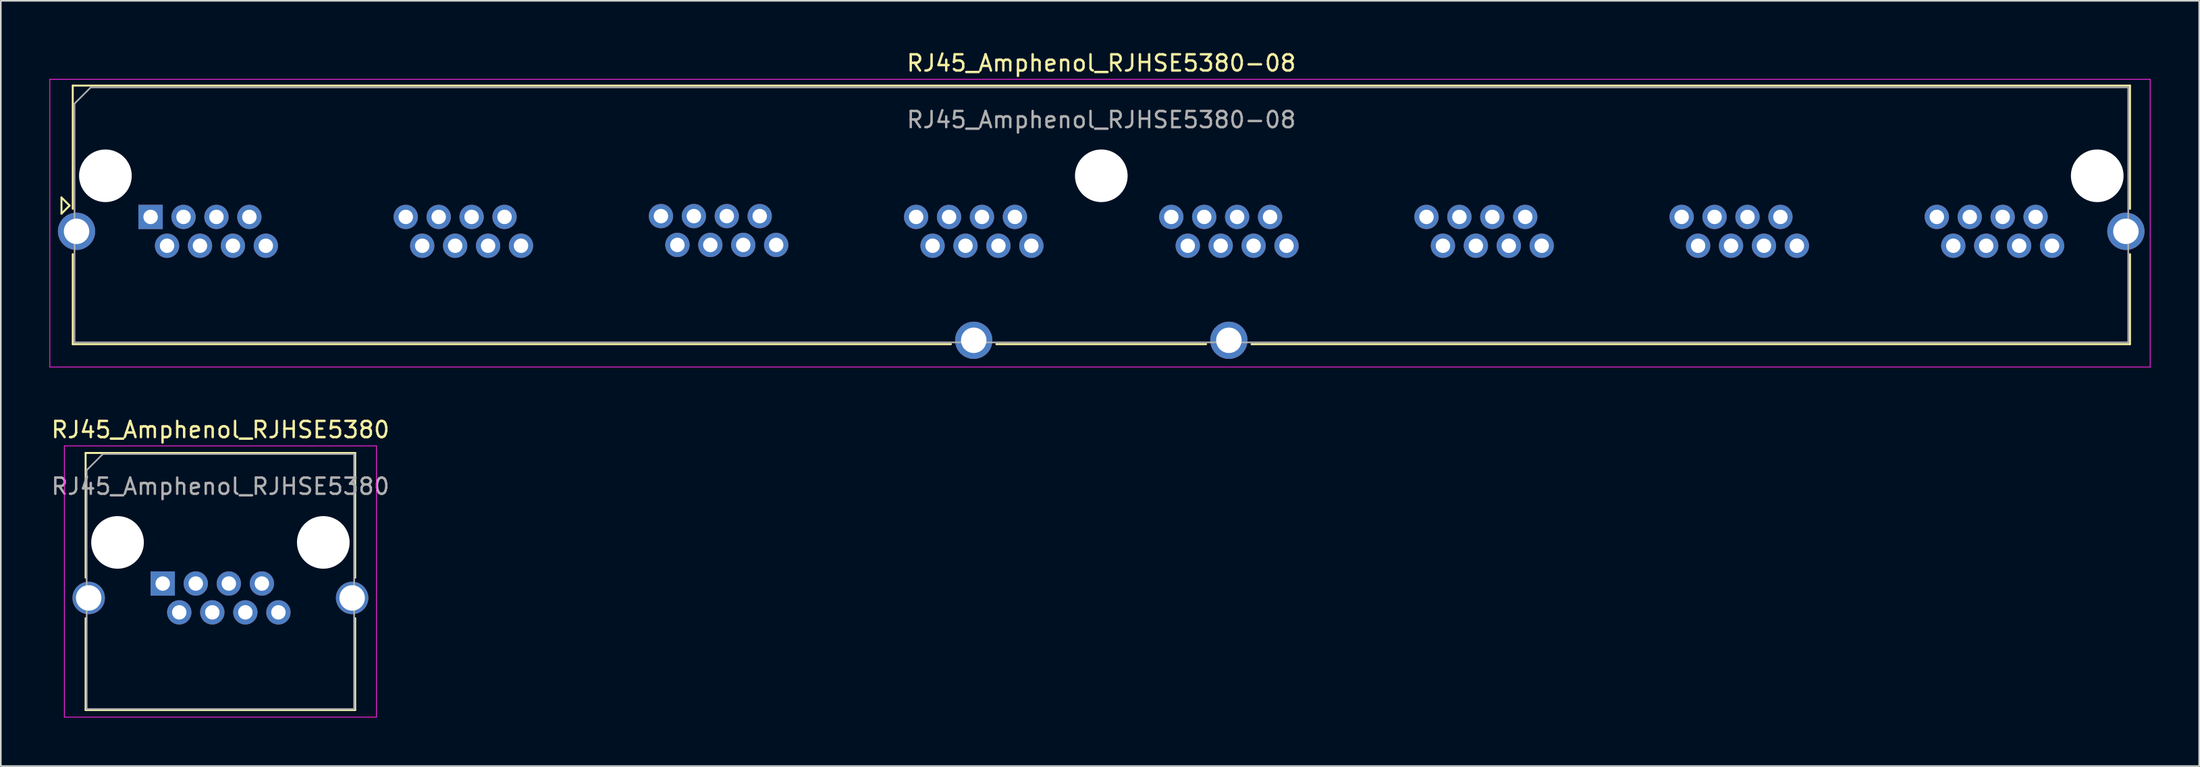
<source format=kicad_pcb>
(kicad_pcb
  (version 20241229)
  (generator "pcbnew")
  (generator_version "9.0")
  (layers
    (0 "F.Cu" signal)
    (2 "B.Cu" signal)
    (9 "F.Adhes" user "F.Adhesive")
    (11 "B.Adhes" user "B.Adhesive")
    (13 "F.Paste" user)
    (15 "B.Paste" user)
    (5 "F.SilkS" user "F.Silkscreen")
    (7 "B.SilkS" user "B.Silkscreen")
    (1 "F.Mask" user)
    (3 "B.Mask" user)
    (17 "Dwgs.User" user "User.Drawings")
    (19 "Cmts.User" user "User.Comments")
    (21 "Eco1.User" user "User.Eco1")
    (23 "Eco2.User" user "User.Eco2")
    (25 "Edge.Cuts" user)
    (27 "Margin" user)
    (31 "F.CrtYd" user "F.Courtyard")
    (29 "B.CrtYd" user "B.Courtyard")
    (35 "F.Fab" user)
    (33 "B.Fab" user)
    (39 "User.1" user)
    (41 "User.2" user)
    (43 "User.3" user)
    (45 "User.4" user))
  (footprint "RJ45_Amphenol_RJHSE5380"
    (layer "F.Cu")
    (at 6.994 32.992)
    (property "Reference" "RJ45_Amphenol_RJHSE5380" (at 3.56 -9.5 0) (layer "F.SilkS") (effects (font (size 1 1) (thickness 0.15))))
    (attr through_hole)
    (fp_line (start -4.76 -8.065) (end -4.76 -0.36) (stroke (width 0.12) (type solid)) (layer "F.SilkS"))
    (fp_line (start -4.76 -8.065) (end 11.88 -8.065) (stroke (width 0.12) (type solid)) (layer "F.SilkS"))
    (fp_line (start -4.76 7.815) (end -4.76 2.14) (stroke (width 0.12) (type solid)) (layer "F.SilkS"))
    (fp_line (start -4.76 7.815) (end 11.88 7.815) (stroke (width 0.12) (type solid)) (layer "F.SilkS"))
    (fp_line (start 11.88 -8.065) (end 11.88 -0.36) (stroke (width 0.12) (type solid)) (layer "F.SilkS"))
    (fp_line (start 11.88 7.815) (end 11.88 2.14) (stroke (width 0.12) (type solid)) (layer "F.SilkS"))
    (fp_line (start -6.07 -8.5) (end -6.07 8.25) (stroke (width 0.05) (type solid)) (layer "F.CrtYd"))
    (fp_line (start -6.07 -8.5) (end 13.19 -8.5) (stroke (width 0.05) (type solid)) (layer "F.CrtYd"))
    (fp_line (start -6.07 8.25) (end 13.19 8.25) (stroke (width 0.05) (type solid)) (layer "F.CrtYd"))
    (fp_line (start 13.19 -8.5) (end 13.19 8.25) (stroke (width 0.05) (type solid)) (layer "F.CrtYd"))
    (fp_line (start -4.695 -7) (end -4.695 7.75) (stroke (width 0.1) (type solid)) (layer "F.Fab"))
    (fp_line (start -4.695 -7) (end -3.695 -8) (stroke (width 0.1) (type solid)) (layer "F.Fab"))
    (fp_line (start -4.695 7.75) (end 11.815 7.75) (stroke (width 0.1) (type solid)) (layer "F.Fab"))
    (fp_line (start -3.695 -8) (end 11.815 -8) (stroke (width 0.1) (type solid)) (layer "F.Fab"))
    (fp_line (start 11.815 -8) (end 11.815 7.75) (stroke (width 0.1) (type solid)) (layer "F.Fab"))
    (fp_text user "${REFERENCE}" (at 3.56 -6 0) (layer "F.Fab") (effects (font (size 1 1) (thickness 0.15))))
    (pad "" np_thru_hole circle (at -2.79 -2.54) (size 3.25 3.25) (drill 3.25) (layers "*.Cu" "*.Mask"))
    (pad "" np_thru_hole circle (at 9.91 -2.54) (size 3.25 3.25) (drill 3.25) (layers "*.Cu" "*.Mask"))
    (pad "1" thru_hole rect (at 0 0) (size 1.5 1.5) (drill 0.89) (layers "*.Cu" "*.Mask"))
    (pad "2" thru_hole circle (at 2.04 0) (size 1.5 1.5) (drill 0.89) (layers "*.Cu" "*.Mask"))
    (pad "3" thru_hole circle (at 4.08 0) (size 1.5 1.5) (drill 0.89) (layers "*.Cu" "*.Mask"))
    (pad "4" thru_hole circle (at 6.12 0) (size 1.5 1.5) (drill 0.89) (layers "*.Cu" "*.Mask"))
    (pad "5" thru_hole circle (at 1.02 1.78) (size 1.5 1.5) (drill 0.89) (layers "*.Cu" "*.Mask"))
    (pad "6" thru_hole circle (at 3.06 1.78) (size 1.5 1.5) (drill 0.89) (layers "*.Cu" "*.Mask"))
    (pad "7" thru_hole circle (at 5.1 1.78) (size 1.5 1.5) (drill 0.89) (layers "*.Cu" "*.Mask"))
    (pad "8" thru_hole circle (at 7.14 1.78) (size 1.5 1.5) (drill 0.89) (layers "*.Cu" "*.Mask"))
    (pad "SH" thru_hole circle (at -4.57 0.89) (size 2 2) (drill 1.57) (layers "*.Cu" "*.Mask"))
    (pad "SH" thru_hole circle (at 11.69 0.89) (size 2 2) (drill 1.57) (layers "*.Cu" "*.Mask")))
  (footprint "RJ45_Amphenol_RJHSE5380-08"
    (layer "F.Cu")
    (at 6.245 10.348)
    (property "Reference" "RJ45_Amphenol_RJHSE5380-08" (at 58.68 -9.5 0) (layer "F.SilkS") (effects (font (size 1 1) (thickness 0.15))))
    (attr through_hole)
    (fp_line (start -5.5 -1.2) (end -5 -0.7) (stroke (width 0.12) (type solid)) (layer "F.SilkS"))
    (fp_line (start -5.5 -0.2) (end -5.5 -1.2) (stroke (width 0.12) (type solid)) (layer "F.SilkS"))
    (fp_line (start -5 -0.7) (end -5.5 -0.2) (stroke (width 0.12) (type solid)) (layer "F.SilkS"))
    (fp_line (start -4.805 -8.11) (end -4.805 -0.5) (stroke (width 0.12) (type solid)) (layer "F.SilkS"))
    (fp_line (start -4.805 -8.11) (end 122.174 -8.11) (stroke (width 0.12) (type solid)) (layer "F.SilkS"))
    (fp_line (start -4.805 7.86) (end -4.805 2.3) (stroke (width 0.12) (type solid)) (layer "F.SilkS"))
    (fp_line (start -4.805 7.86) (end 49.4 7.86) (stroke (width 0.12) (type solid)) (layer "F.SilkS"))
    (fp_line (start 52.2 7.86) (end 65.15 7.86) (stroke (width 0.12) (type solid)) (layer "F.SilkS"))
    (fp_line (start 67.95 7.86) (end 122.174 7.86) (stroke (width 0.12) (type solid)) (layer "F.SilkS"))
    (fp_line (start 122.174 -8.11) (end 122.174 -0.5) (stroke (width 0.12) (type solid)) (layer "F.SilkS"))
    (fp_line (start 122.174 7.86) (end 122.174 2.3) (stroke (width 0.12) (type solid)) (layer "F.SilkS"))
    (fp_line (start -6.22 -8.5) (end -6.22 9.27) (stroke (width 0.05) (type solid)) (layer "F.CrtYd"))
    (fp_line (start -6.22 -8.5) (end 123.42 -8.5) (stroke (width 0.05) (type solid)) (layer "F.CrtYd"))
    (fp_line (start -6.22 9.27) (end 123.42 9.27) (stroke (width 0.05) (type solid)) (layer "F.CrtYd"))
    (fp_line (start 123.42 -8.5) (end 123.42 9.27) (stroke (width 0.05) (type solid)) (layer "F.CrtYd"))
    (fp_line (start -4.695 -7) (end -4.695 7.75) (stroke (width 0.1) (type solid)) (layer "F.Fab"))
    (fp_line (start -4.695 -7) (end -3.695 -8) (stroke (width 0.1) (type solid)) (layer "F.Fab"))
    (fp_line (start -4.695 7.75) (end 122.064 7.75) (stroke (width 0.1) (type solid)) (layer "F.Fab"))
    (fp_line (start -3.695 -8) (end 122.064 -8) (stroke (width 0.1) (type solid)) (layer "F.Fab"))
    (fp_line (start 122.064 -8) (end 122.064 7.75) (stroke (width 0.1) (type solid)) (layer "F.Fab"))
    (fp_text user "${REFERENCE}" (at 58.68 -6 0) (layer "F.Fab") (effects (font (size 1 1) (thickness 0.15))))
    (pad "" np_thru_hole circle (at -2.79 -2.54) (size 3.25 3.25) (drill 3.25) (layers "*.Cu" "*.Mask"))
    (pad "" np_thru_hole circle (at 58.68 -2.54) (size 3.25 3.25) (drill 3.25) (layers "*.Cu" "*.Mask"))
    (pad "" np_thru_hole circle (at 120.15 -2.54) (size 3.25 3.25) (drill 3.25) (layers "*.Cu" "*.Mask"))
    (pad "1" thru_hole rect (at 0 0) (size 1.5 1.5) (drill 0.89) (layers "*.Cu" "*.Mask"))
    (pad "2" thru_hole circle (at 1.016 1.78) (size 1.5 1.5) (drill 0.89) (layers "*.Cu" "*.Mask"))
    (pad "3" thru_hole circle (at 2.032 0) (size 1.5 1.5) (drill 0.89) (layers "*.Cu" "*.Mask"))
    (pad "4" thru_hole circle (at 3.048 1.78) (size 1.5 1.5) (drill 0.89) (layers "*.Cu" "*.Mask"))
    (pad "5" thru_hole circle (at 4.064 0) (size 1.5 1.5) (drill 0.89) (layers "*.Cu" "*.Mask"))
    (pad "6" thru_hole circle (at 5.08 1.78) (size 1.5 1.5) (drill 0.89) (layers "*.Cu" "*.Mask"))
    (pad "7" thru_hole circle (at 6.096 0) (size 1.5 1.5) (drill 0.89) (layers "*.Cu" "*.Mask"))
    (pad "8" thru_hole circle (at 7.112 1.78) (size 1.5 1.5) (drill 0.89) (layers "*.Cu" "*.Mask"))
    (pad "9" thru_hole circle (at 15.75 0) (size 1.5 1.5) (drill 0.89) (layers "*.Cu" "*.Mask"))
    (pad "10" thru_hole circle (at 16.766 1.78) (size 1.5 1.5) (drill 0.89) (layers "*.Cu" "*.Mask"))
    (pad "11" thru_hole circle (at 17.782 0) (size 1.5 1.5) (drill 0.89) (layers "*.Cu" "*.Mask"))
    (pad "12" thru_hole circle (at 18.798 1.78) (size 1.5 1.5) (drill 0.89) (layers "*.Cu" "*.Mask"))
    (pad "13" thru_hole circle (at 19.814 0) (size 1.5 1.5) (drill 0.89) (layers "*.Cu" "*.Mask"))
    (pad "14" thru_hole circle (at 20.83 1.78) (size 1.5 1.5) (drill 0.89) (layers "*.Cu" "*.Mask"))
    (pad "15" thru_hole circle (at 21.846 0) (size 1.5 1.5) (drill 0.89) (layers "*.Cu" "*.Mask"))
    (pad "16" thru_hole circle (at 22.862 1.78) (size 1.5 1.5) (drill 0.89) (layers "*.Cu" "*.Mask"))
    (pad "17" thru_hole circle (at 31.5 -0.05) (size 1.5 1.5) (drill 0.89) (layers "*.Cu" "*.Mask"))
    (pad "18" thru_hole circle (at 32.516 1.73) (size 1.5 1.5) (drill 0.89) (layers "*.Cu" "*.Mask"))
    (pad "19" thru_hole circle (at 33.532 -0.05) (size 1.5 1.5) (drill 0.89) (layers "*.Cu" "*.Mask"))
    (pad "20" thru_hole circle (at 34.548 1.73) (size 1.5 1.5) (drill 0.89) (layers "*.Cu" "*.Mask"))
    (pad "21" thru_hole circle (at 35.564 -0.05) (size 1.5 1.5) (drill 0.89) (layers "*.Cu" "*.Mask"))
    (pad "22" thru_hole circle (at 36.58 1.73) (size 1.5 1.5) (drill 0.89) (layers "*.Cu" "*.Mask"))
    (pad "23" thru_hole circle (at 37.596 -0.05) (size 1.5 1.5) (drill 0.89) (layers "*.Cu" "*.Mask"))
    (pad "24" thru_hole circle (at 38.612 1.73) (size 1.5 1.5) (drill 0.89) (layers "*.Cu" "*.Mask"))
    (pad "25" thru_hole circle (at 47.25 0) (size 1.5 1.5) (drill 0.89) (layers "*.Cu" "*.Mask"))
    (pad "26" thru_hole circle (at 48.266 1.78) (size 1.5 1.5) (drill 0.89) (layers "*.Cu" "*.Mask"))
    (pad "27" thru_hole circle (at 49.282 0) (size 1.5 1.5) (drill 0.89) (layers "*.Cu" "*.Mask"))
    (pad "28" thru_hole circle (at 50.298 1.78) (size 1.5 1.5) (drill 0.89) (layers "*.Cu" "*.Mask"))
    (pad "29" thru_hole circle (at 51.314 0) (size 1.5 1.5) (drill 0.89) (layers "*.Cu" "*.Mask"))
    (pad "30" thru_hole circle (at 52.33 1.78) (size 1.5 1.5) (drill 0.89) (layers "*.Cu" "*.Mask"))
    (pad "31" thru_hole circle (at 53.346 0) (size 1.5 1.5) (drill 0.89) (layers "*.Cu" "*.Mask"))
    (pad "32" thru_hole circle (at 54.362 1.78) (size 1.5 1.5) (drill 0.89) (layers "*.Cu" "*.Mask"))
    (pad "33" thru_hole circle (at 63 0) (size 1.5 1.5) (drill 0.89) (layers "*.Cu" "*.Mask"))
    (pad "34" thru_hole circle (at 64.016 1.78) (size 1.5 1.5) (drill 0.89) (layers "*.Cu" "*.Mask"))
    (pad "35" thru_hole circle (at 65.032 0) (size 1.5 1.5) (drill 0.89) (layers "*.Cu" "*.Mask"))
    (pad "36" thru_hole circle (at 66.048 1.78) (size 1.5 1.5) (drill 0.89) (layers "*.Cu" "*.Mask"))
    (pad "37" thru_hole circle (at 67.064 0) (size 1.5 1.5) (drill 0.89) (layers "*.Cu" "*.Mask"))
    (pad "38" thru_hole circle (at 68.08 1.78) (size 1.5 1.5) (drill 0.89) (layers "*.Cu" "*.Mask"))
    (pad "39" thru_hole circle (at 69.096 0) (size 1.5 1.5) (drill 0.89) (layers "*.Cu" "*.Mask"))
    (pad "40" thru_hole circle (at 70.112 1.78) (size 1.5 1.5) (drill 0.89) (layers "*.Cu" "*.Mask"))
    (pad "41" thru_hole circle (at 78.75 0) (size 1.5 1.5) (drill 0.89) (layers "*.Cu" "*.Mask"))
    (pad "42" thru_hole circle (at 79.766 1.78) (size 1.5 1.5) (drill 0.89) (layers "*.Cu" "*.Mask"))
    (pad "43" thru_hole circle (at 80.782 0) (size 1.5 1.5) (drill 0.89) (layers "*.Cu" "*.Mask"))
    (pad "44" thru_hole circle (at 81.798 1.78) (size 1.5 1.5) (drill 0.89) (layers "*.Cu" "*.Mask"))
    (pad "45" thru_hole circle (at 82.814 0) (size 1.5 1.5) (drill 0.89) (layers "*.Cu" "*.Mask"))
    (pad "46" thru_hole circle (at 83.83 1.78) (size 1.5 1.5) (drill 0.89) (layers "*.Cu" "*.Mask"))
    (pad "47" thru_hole circle (at 84.846 0) (size 1.5 1.5) (drill 0.89) (layers "*.Cu" "*.Mask"))
    (pad "48" thru_hole circle (at 85.862 1.78) (size 1.5 1.5) (drill 0.89) (layers "*.Cu" "*.Mask"))
    (pad "49" thru_hole circle (at 94.5 0) (size 1.5 1.5) (drill 0.89) (layers "*.Cu" "*.Mask"))
    (pad "50" thru_hole circle (at 95.516 1.78) (size 1.5 1.5) (drill 0.89) (layers "*.Cu" "*.Mask"))
    (pad "51" thru_hole circle (at 96.532 0) (size 1.5 1.5) (drill 0.89) (layers "*.Cu" "*.Mask"))
    (pad "52" thru_hole circle (at 97.548 1.78) (size 1.5 1.5) (drill 0.89) (layers "*.Cu" "*.Mask"))
    (pad "53" thru_hole circle (at 98.564 0) (size 1.5 1.5) (drill 0.89) (layers "*.Cu" "*.Mask"))
    (pad "54" thru_hole circle (at 99.58 1.78) (size 1.5 1.5) (drill 0.89) (layers "*.Cu" "*.Mask"))
    (pad "55" thru_hole circle (at 100.596 0) (size 1.5 1.5) (drill 0.89) (layers "*.Cu" "*.Mask"))
    (pad "56" thru_hole circle (at 101.612 1.78) (size 1.5 1.5) (drill 0.89) (layers "*.Cu" "*.Mask"))
    (pad "57" thru_hole circle (at 110.25 0) (size 1.5 1.5) (drill 0.89) (layers "*.Cu" "*.Mask"))
    (pad "58" thru_hole circle (at 111.266 1.78) (size 1.5 1.5) (drill 0.89) (layers "*.Cu" "*.Mask"))
    (pad "59" thru_hole circle (at 112.282 0) (size 1.5 1.5) (drill 0.89) (layers "*.Cu" "*.Mask"))
    (pad "60" thru_hole circle (at 113.298 1.78) (size 1.5 1.5) (drill 0.89) (layers "*.Cu" "*.Mask"))
    (pad "61" thru_hole circle (at 114.314 0) (size 1.5 1.5) (drill 0.89) (layers "*.Cu" "*.Mask"))
    (pad "62" thru_hole circle (at 115.33 1.78) (size 1.5 1.5) (drill 0.89) (layers "*.Cu" "*.Mask"))
    (pad "63" thru_hole circle (at 116.346 0) (size 1.5 1.5) (drill 0.89) (layers "*.Cu" "*.Mask"))
    (pad "64" thru_hole circle (at 117.362 1.78) (size 1.5 1.5) (drill 0.89) (layers "*.Cu" "*.Mask"))
    (pad "SH" thru_hole circle (at -4.57 0.89) (size 2.3 2.3) (drill 1.57) (layers "*.Cu" "*.Mask"))
    (pad "SH" thru_hole circle (at 50.806 7.62) (size 2.3 2.3) (drill 1.57) (layers "*.Cu" "*.Mask"))
    (pad "SH" thru_hole circle (at 66.554 7.62) (size 2.3 2.3) (drill 1.57) (layers "*.Cu" "*.Mask"))
    (pad "SH" thru_hole circle (at 121.92 0.89) (size 2.3 2.3) (drill 1.57) (layers "*.Cu" "*.Mask")))
  (gr_rect
    (start -3 -3)
    (end 132.69 44.267)
    (stroke (width 0.1) (type default))
    (fill no)
    (layer "Edge.Cuts")))
</source>
